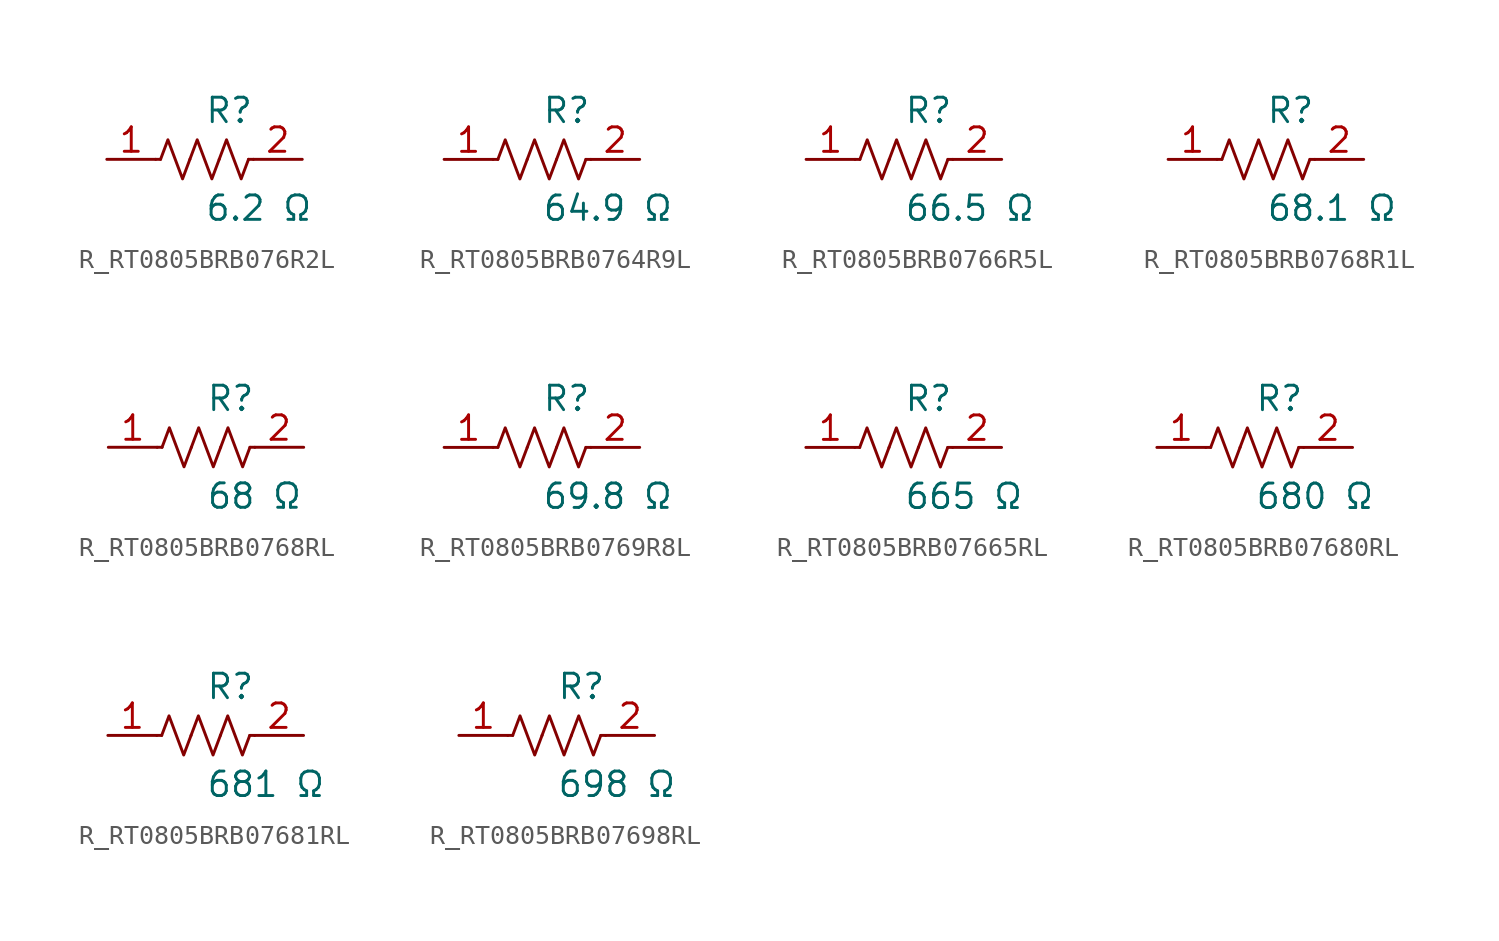
<source format=kicad_sym>
(kicad_symbol_lib
  (version 20231120)
  (generator kicad_symbol_editor)
  (generator_version 8.0)
  (symbol "R_RT0805BRB076R2L"
    (pin_names
      (offset 0.254))
    (property "Reference" "R"
      (at 0.0 2.54 0)
      (effects (font (size 1.27 1.27)) (justify left)))
    (property "Value" "6.2 Ω"
      (at 0.0 -2.54 0)
      (effects (font (size 1.27 1.27)) (justify left)))
    (symbol "R_RT0805BRB076R2L_0_1"
      (polyline (pts (xy 2.286 0) (xy 2.54 0)) (stroke (width 0) (type default)) (fill (type none)))
      (polyline (pts (xy -2.286 0) (xy -2.54 0)) (stroke (width 0) (type default)) (fill (type none)))
      (polyline (pts (xy 0.762 0) (xy 1.143 1.016) (xy 1.524 0) (xy 1.905 -1.016) (xy 2.286 0)) (stroke (width 0) (type default)) (fill (type none)))
      (polyline (pts (xy -0.762 0) (xy -0.381 1.016) (xy 0 0) (xy 0.381 -1.016) (xy 0.762 0)) (stroke (width 0) (type default)) (fill (type none)))
      (polyline (pts (xy -2.286 0) (xy -1.905 1.016) (xy -1.524 0) (xy -1.143 -1.016) (xy -0.762 0)) (stroke (width 0) (type default)) (fill (type none))))
    (pin unspecified line
      (at -5.08 0 0)
      (length 2.54)
      (name "" (effects (font (size 1.27 1.27))))
      (number "1" (effects (font (size 1.27 1.27)))))
    (pin unspecified line
      (at 5.08 0 180)
      (length 2.54)
      (name "" (effects (font (size 1.27 1.27))))
      (number "2" (effects (font (size 1.27 1.27))))))
  (symbol "R_RT0805BRB0764R9L"
    (pin_names
      (offset 0.254))
    (property "Reference" "R"
      (at 0.0 2.54 0)
      (effects (font (size 1.27 1.27)) (justify left)))
    (property "Value" "64.9 Ω"
      (at 0.0 -2.54 0)
      (effects (font (size 1.27 1.27)) (justify left)))
    (symbol "R_RT0805BRB0764R9L_0_1"
      (polyline (pts (xy 2.286 0) (xy 2.54 0)) (stroke (width 0) (type default)) (fill (type none)))
      (polyline (pts (xy -2.286 0) (xy -2.54 0)) (stroke (width 0) (type default)) (fill (type none)))
      (polyline (pts (xy 0.762 0) (xy 1.143 1.016) (xy 1.524 0) (xy 1.905 -1.016) (xy 2.286 0)) (stroke (width 0) (type default)) (fill (type none)))
      (polyline (pts (xy -0.762 0) (xy -0.381 1.016) (xy 0 0) (xy 0.381 -1.016) (xy 0.762 0)) (stroke (width 0) (type default)) (fill (type none)))
      (polyline (pts (xy -2.286 0) (xy -1.905 1.016) (xy -1.524 0) (xy -1.143 -1.016) (xy -0.762 0)) (stroke (width 0) (type default)) (fill (type none))))
    (pin unspecified line
      (at -5.08 0 0)
      (length 2.54)
      (name "" (effects (font (size 1.27 1.27))))
      (number "1" (effects (font (size 1.27 1.27)))))
    (pin unspecified line
      (at 5.08 0 180)
      (length 2.54)
      (name "" (effects (font (size 1.27 1.27))))
      (number "2" (effects (font (size 1.27 1.27))))))
  (symbol "R_RT0805BRB0766R5L"
    (pin_names
      (offset 0.254))
    (property "Reference" "R"
      (at 0.0 2.54 0)
      (effects (font (size 1.27 1.27)) (justify left)))
    (property "Value" "66.5 Ω"
      (at 0.0 -2.54 0)
      (effects (font (size 1.27 1.27)) (justify left)))
    (symbol "R_RT0805BRB0766R5L_0_1"
      (polyline (pts (xy 2.286 0) (xy 2.54 0)) (stroke (width 0) (type default)) (fill (type none)))
      (polyline (pts (xy -2.286 0) (xy -2.54 0)) (stroke (width 0) (type default)) (fill (type none)))
      (polyline (pts (xy 0.762 0) (xy 1.143 1.016) (xy 1.524 0) (xy 1.905 -1.016) (xy 2.286 0)) (stroke (width 0) (type default)) (fill (type none)))
      (polyline (pts (xy -0.762 0) (xy -0.381 1.016) (xy 0 0) (xy 0.381 -1.016) (xy 0.762 0)) (stroke (width 0) (type default)) (fill (type none)))
      (polyline (pts (xy -2.286 0) (xy -1.905 1.016) (xy -1.524 0) (xy -1.143 -1.016) (xy -0.762 0)) (stroke (width 0) (type default)) (fill (type none))))
    (pin unspecified line
      (at -5.08 0 0)
      (length 2.54)
      (name "" (effects (font (size 1.27 1.27))))
      (number "1" (effects (font (size 1.27 1.27)))))
    (pin unspecified line
      (at 5.08 0 180)
      (length 2.54)
      (name "" (effects (font (size 1.27 1.27))))
      (number "2" (effects (font (size 1.27 1.27))))))
  (symbol "R_RT0805BRB0768R1L"
    (pin_names
      (offset 0.254))
    (property "Reference" "R"
      (at 0.0 2.54 0)
      (effects (font (size 1.27 1.27)) (justify left)))
    (property "Value" "68.1 Ω"
      (at 0.0 -2.54 0)
      (effects (font (size 1.27 1.27)) (justify left)))
    (symbol "R_RT0805BRB0768R1L_0_1"
      (polyline (pts (xy 2.286 0) (xy 2.54 0)) (stroke (width 0) (type default)) (fill (type none)))
      (polyline (pts (xy -2.286 0) (xy -2.54 0)) (stroke (width 0) (type default)) (fill (type none)))
      (polyline (pts (xy 0.762 0) (xy 1.143 1.016) (xy 1.524 0) (xy 1.905 -1.016) (xy 2.286 0)) (stroke (width 0) (type default)) (fill (type none)))
      (polyline (pts (xy -0.762 0) (xy -0.381 1.016) (xy 0 0) (xy 0.381 -1.016) (xy 0.762 0)) (stroke (width 0) (type default)) (fill (type none)))
      (polyline (pts (xy -2.286 0) (xy -1.905 1.016) (xy -1.524 0) (xy -1.143 -1.016) (xy -0.762 0)) (stroke (width 0) (type default)) (fill (type none))))
    (pin unspecified line
      (at -5.08 0 0)
      (length 2.54)
      (name "" (effects (font (size 1.27 1.27))))
      (number "1" (effects (font (size 1.27 1.27)))))
    (pin unspecified line
      (at 5.08 0 180)
      (length 2.54)
      (name "" (effects (font (size 1.27 1.27))))
      (number "2" (effects (font (size 1.27 1.27))))))
  (symbol "R_RT0805BRB0768RL"
    (pin_names
      (offset 0.254))
    (property "Reference" "R"
      (at 0.0 2.54 0)
      (effects (font (size 1.27 1.27)) (justify left)))
    (property "Value" "68 Ω"
      (at 0.0 -2.54 0)
      (effects (font (size 1.27 1.27)) (justify left)))
    (symbol "R_RT0805BRB0768RL_0_1"
      (polyline (pts (xy 2.286 0) (xy 2.54 0)) (stroke (width 0) (type default)) (fill (type none)))
      (polyline (pts (xy -2.286 0) (xy -2.54 0)) (stroke (width 0) (type default)) (fill (type none)))
      (polyline (pts (xy 0.762 0) (xy 1.143 1.016) (xy 1.524 0) (xy 1.905 -1.016) (xy 2.286 0)) (stroke (width 0) (type default)) (fill (type none)))
      (polyline (pts (xy -0.762 0) (xy -0.381 1.016) (xy 0 0) (xy 0.381 -1.016) (xy 0.762 0)) (stroke (width 0) (type default)) (fill (type none)))
      (polyline (pts (xy -2.286 0) (xy -1.905 1.016) (xy -1.524 0) (xy -1.143 -1.016) (xy -0.762 0)) (stroke (width 0) (type default)) (fill (type none))))
    (pin unspecified line
      (at -5.08 0 0)
      (length 2.54)
      (name "" (effects (font (size 1.27 1.27))))
      (number "1" (effects (font (size 1.27 1.27)))))
    (pin unspecified line
      (at 5.08 0 180)
      (length 2.54)
      (name "" (effects (font (size 1.27 1.27))))
      (number "2" (effects (font (size 1.27 1.27))))))
  (symbol "R_RT0805BRB0769R8L"
    (pin_names
      (offset 0.254))
    (property "Reference" "R"
      (at 0.0 2.54 0)
      (effects (font (size 1.27 1.27)) (justify left)))
    (property "Value" "69.8 Ω"
      (at 0.0 -2.54 0)
      (effects (font (size 1.27 1.27)) (justify left)))
    (symbol "R_RT0805BRB0769R8L_0_1"
      (polyline (pts (xy 2.286 0) (xy 2.54 0)) (stroke (width 0) (type default)) (fill (type none)))
      (polyline (pts (xy -2.286 0) (xy -2.54 0)) (stroke (width 0) (type default)) (fill (type none)))
      (polyline (pts (xy 0.762 0) (xy 1.143 1.016) (xy 1.524 0) (xy 1.905 -1.016) (xy 2.286 0)) (stroke (width 0) (type default)) (fill (type none)))
      (polyline (pts (xy -0.762 0) (xy -0.381 1.016) (xy 0 0) (xy 0.381 -1.016) (xy 0.762 0)) (stroke (width 0) (type default)) (fill (type none)))
      (polyline (pts (xy -2.286 0) (xy -1.905 1.016) (xy -1.524 0) (xy -1.143 -1.016) (xy -0.762 0)) (stroke (width 0) (type default)) (fill (type none))))
    (pin unspecified line
      (at -5.08 0 0)
      (length 2.54)
      (name "" (effects (font (size 1.27 1.27))))
      (number "1" (effects (font (size 1.27 1.27)))))
    (pin unspecified line
      (at 5.08 0 180)
      (length 2.54)
      (name "" (effects (font (size 1.27 1.27))))
      (number "2" (effects (font (size 1.27 1.27))))))
  (symbol "R_RT0805BRB07665RL"
    (pin_names
      (offset 0.254))
    (property "Reference" "R"
      (at 0.0 2.54 0)
      (effects (font (size 1.27 1.27)) (justify left)))
    (property "Value" "665 Ω"
      (at 0.0 -2.54 0)
      (effects (font (size 1.27 1.27)) (justify left)))
    (symbol "R_RT0805BRB07665RL_0_1"
      (polyline (pts (xy 2.286 0) (xy 2.54 0)) (stroke (width 0) (type default)) (fill (type none)))
      (polyline (pts (xy -2.286 0) (xy -2.54 0)) (stroke (width 0) (type default)) (fill (type none)))
      (polyline (pts (xy 0.762 0) (xy 1.143 1.016) (xy 1.524 0) (xy 1.905 -1.016) (xy 2.286 0)) (stroke (width 0) (type default)) (fill (type none)))
      (polyline (pts (xy -0.762 0) (xy -0.381 1.016) (xy 0 0) (xy 0.381 -1.016) (xy 0.762 0)) (stroke (width 0) (type default)) (fill (type none)))
      (polyline (pts (xy -2.286 0) (xy -1.905 1.016) (xy -1.524 0) (xy -1.143 -1.016) (xy -0.762 0)) (stroke (width 0) (type default)) (fill (type none))))
    (pin unspecified line
      (at -5.08 0 0)
      (length 2.54)
      (name "" (effects (font (size 1.27 1.27))))
      (number "1" (effects (font (size 1.27 1.27)))))
    (pin unspecified line
      (at 5.08 0 180)
      (length 2.54)
      (name "" (effects (font (size 1.27 1.27))))
      (number "2" (effects (font (size 1.27 1.27))))))
  (symbol "R_RT0805BRB07680RL"
    (pin_names
      (offset 0.254))
    (property "Reference" "R"
      (at 0.0 2.54 0)
      (effects (font (size 1.27 1.27)) (justify left)))
    (property "Value" "680 Ω"
      (at 0.0 -2.54 0)
      (effects (font (size 1.27 1.27)) (justify left)))
    (symbol "R_RT0805BRB07680RL_0_1"
      (polyline (pts (xy 2.286 0) (xy 2.54 0)) (stroke (width 0) (type default)) (fill (type none)))
      (polyline (pts (xy -2.286 0) (xy -2.54 0)) (stroke (width 0) (type default)) (fill (type none)))
      (polyline (pts (xy 0.762 0) (xy 1.143 1.016) (xy 1.524 0) (xy 1.905 -1.016) (xy 2.286 0)) (stroke (width 0) (type default)) (fill (type none)))
      (polyline (pts (xy -0.762 0) (xy -0.381 1.016) (xy 0 0) (xy 0.381 -1.016) (xy 0.762 0)) (stroke (width 0) (type default)) (fill (type none)))
      (polyline (pts (xy -2.286 0) (xy -1.905 1.016) (xy -1.524 0) (xy -1.143 -1.016) (xy -0.762 0)) (stroke (width 0) (type default)) (fill (type none))))
    (pin unspecified line
      (at -5.08 0 0)
      (length 2.54)
      (name "" (effects (font (size 1.27 1.27))))
      (number "1" (effects (font (size 1.27 1.27)))))
    (pin unspecified line
      (at 5.08 0 180)
      (length 2.54)
      (name "" (effects (font (size 1.27 1.27))))
      (number "2" (effects (font (size 1.27 1.27))))))
  (symbol "R_RT0805BRB07681RL"
    (pin_names
      (offset 0.254))
    (property "Reference" "R"
      (at 0.0 2.54 0)
      (effects (font (size 1.27 1.27)) (justify left)))
    (property "Value" "681 Ω"
      (at 0.0 -2.54 0)
      (effects (font (size 1.27 1.27)) (justify left)))
    (symbol "R_RT0805BRB07681RL_0_1"
      (polyline (pts (xy 2.286 0) (xy 2.54 0)) (stroke (width 0) (type default)) (fill (type none)))
      (polyline (pts (xy -2.286 0) (xy -2.54 0)) (stroke (width 0) (type default)) (fill (type none)))
      (polyline (pts (xy 0.762 0) (xy 1.143 1.016) (xy 1.524 0) (xy 1.905 -1.016) (xy 2.286 0)) (stroke (width 0) (type default)) (fill (type none)))
      (polyline (pts (xy -0.762 0) (xy -0.381 1.016) (xy 0 0) (xy 0.381 -1.016) (xy 0.762 0)) (stroke (width 0) (type default)) (fill (type none)))
      (polyline (pts (xy -2.286 0) (xy -1.905 1.016) (xy -1.524 0) (xy -1.143 -1.016) (xy -0.762 0)) (stroke (width 0) (type default)) (fill (type none))))
    (pin unspecified line
      (at -5.08 0 0)
      (length 2.54)
      (name "" (effects (font (size 1.27 1.27))))
      (number "1" (effects (font (size 1.27 1.27)))))
    (pin unspecified line
      (at 5.08 0 180)
      (length 2.54)
      (name "" (effects (font (size 1.27 1.27))))
      (number "2" (effects (font (size 1.27 1.27))))))
  (symbol "R_RT0805BRB07698RL"
    (pin_names
      (offset 0.254))
    (property "Reference" "R"
      (at 0.0 2.54 0)
      (effects (font (size 1.27 1.27)) (justify left)))
    (property "Value" "698 Ω"
      (at 0.0 -2.54 0)
      (effects (font (size 1.27 1.27)) (justify left)))
    (symbol "R_RT0805BRB07698RL_0_1"
      (polyline (pts (xy 2.286 0) (xy 2.54 0)) (stroke (width 0) (type default)) (fill (type none)))
      (polyline (pts (xy -2.286 0) (xy -2.54 0)) (stroke (width 0) (type default)) (fill (type none)))
      (polyline (pts (xy 0.762 0) (xy 1.143 1.016) (xy 1.524 0) (xy 1.905 -1.016) (xy 2.286 0)) (stroke (width 0) (type default)) (fill (type none)))
      (polyline (pts (xy -0.762 0) (xy -0.381 1.016) (xy 0 0) (xy 0.381 -1.016) (xy 0.762 0)) (stroke (width 0) (type default)) (fill (type none)))
      (polyline (pts (xy -2.286 0) (xy -1.905 1.016) (xy -1.524 0) (xy -1.143 -1.016) (xy -0.762 0)) (stroke (width 0) (type default)) (fill (type none))))
    (pin unspecified line
      (at -5.08 0 0)
      (length 2.54)
      (name "" (effects (font (size 1.27 1.27))))
      (number "1" (effects (font (size 1.27 1.27)))))
    (pin unspecified line
      (at 5.08 0 180)
      (length 2.54)
      (name "" (effects (font (size 1.27 1.27))))
      (number "2" (effects (font (size 1.27 1.27)))))))
</source>
